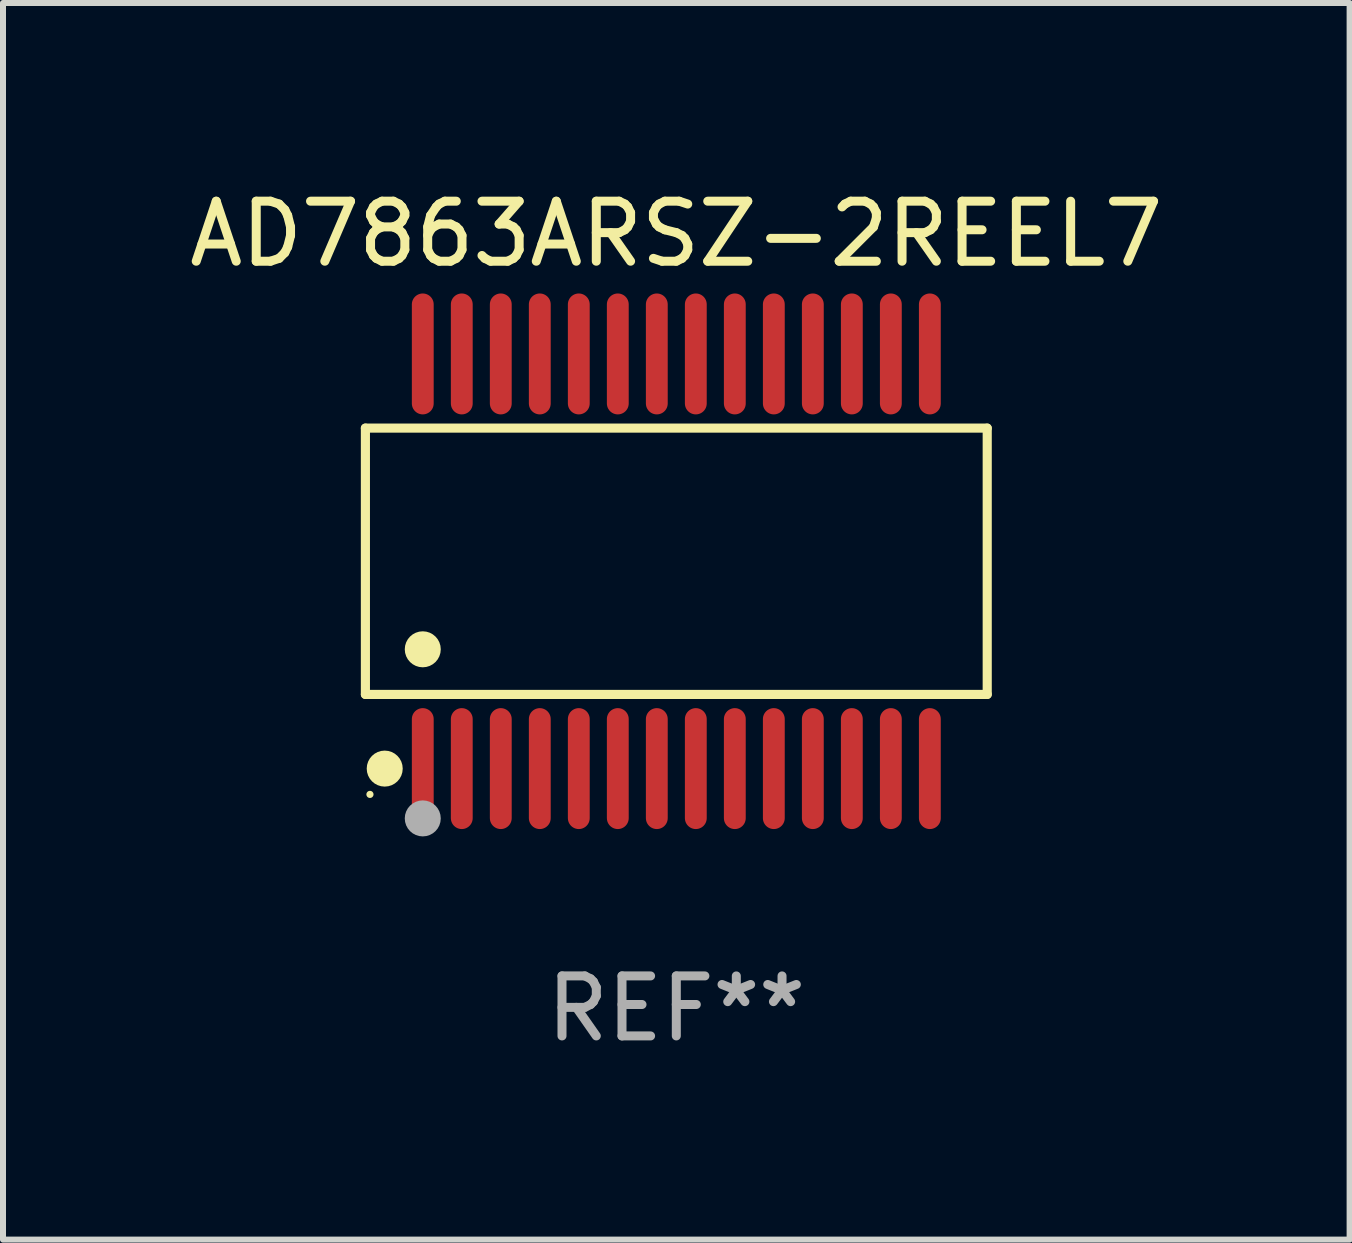
<source format=kicad_pcb>
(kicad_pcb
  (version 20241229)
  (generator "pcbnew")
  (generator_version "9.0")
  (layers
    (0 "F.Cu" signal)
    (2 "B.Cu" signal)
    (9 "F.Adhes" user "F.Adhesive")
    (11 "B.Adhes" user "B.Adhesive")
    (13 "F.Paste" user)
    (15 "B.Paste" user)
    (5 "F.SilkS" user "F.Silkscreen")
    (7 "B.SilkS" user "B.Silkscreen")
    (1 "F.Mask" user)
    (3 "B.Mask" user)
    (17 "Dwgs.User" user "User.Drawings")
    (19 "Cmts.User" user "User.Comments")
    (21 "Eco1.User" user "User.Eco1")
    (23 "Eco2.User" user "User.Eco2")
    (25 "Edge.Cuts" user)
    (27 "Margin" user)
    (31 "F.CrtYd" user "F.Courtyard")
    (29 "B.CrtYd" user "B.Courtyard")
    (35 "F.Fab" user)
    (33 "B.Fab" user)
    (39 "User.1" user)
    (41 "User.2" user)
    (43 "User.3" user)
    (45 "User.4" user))
  (footprint "AD7863ARSZ-2REEL7"
    (layer "F.Cu")
    (at 8.22 6.303)
    (property "Reference" "AD7863ARSZ-2REEL7" (at 0 -5.455 0) (layer "F.SilkS") (effects (font (size 1 1) (thickness 0.15))))
    (attr through_hole)
    (fp_line (start -5.181 -2.219) (end 5.181 -2.219) (stroke (width 0.152) (type solid)) (layer "F.SilkS"))
    (fp_line (start -5.181 2.219) (end -5.181 -2.219) (stroke (width 0.152) (type solid)) (layer "F.SilkS"))
    (fp_line (start 5.181 -2.219) (end 5.181 2.219) (stroke (width 0.152) (type solid)) (layer "F.SilkS"))
    (fp_line (start 5.181 2.219) (end -5.181 2.219) (stroke (width 0.152) (type solid)) (layer "F.SilkS"))
    (fp_circle (center -5.105 3.885) (end -5.075 3.885) (stroke (width 0.06) (type solid)) (fill no) (layer "F.SilkS"))
    (fp_circle (center -4.859 3.455) (end -4.709 3.455) (stroke (width 0.3) (type solid)) (fill no) (layer "F.SilkS"))
    (fp_circle (center -4.225 1.467) (end -4.075 1.467) (stroke (width 0.3) (type solid)) (fill no) (layer "F.SilkS"))
    (fp_circle (center -4.225 4.285) (end -4.075 4.285) (stroke (width 0.3) (type solid)) (fill no) (layer "F.Fab"))
    (fp_text user "REF**" (at 0 7.455 0) (layer "F.Fab") (effects (font (size 1 1) (thickness 0.15))))
    (pad "1" smd oval (at -4.225 3.455) (size 0.364 2.015) (layers "F.Cu" "F.Mask" "F.Paste"))
    (pad "2" smd oval (at -3.575 3.455) (size 0.364 2.015) (layers "F.Cu" "F.Mask" "F.Paste"))
    (pad "3" smd oval (at -2.925 3.455) (size 0.364 2.015) (layers "F.Cu" "F.Mask" "F.Paste"))
    (pad "4" smd oval (at -2.275 3.455) (size 0.364 2.015) (layers "F.Cu" "F.Mask" "F.Paste"))
    (pad "5" smd oval (at -1.625 3.455) (size 0.364 2.015) (layers "F.Cu" "F.Mask" "F.Paste"))
    (pad "6" smd oval (at -0.975 3.455) (size 0.364 2.015) (layers "F.Cu" "F.Mask" "F.Paste"))
    (pad "7" smd oval (at -0.325 3.455) (size 0.364 2.015) (layers "F.Cu" "F.Mask" "F.Paste"))
    (pad "8" smd oval (at 0.325 3.455) (size 0.364 2.015) (layers "F.Cu" "F.Mask" "F.Paste"))
    (pad "9" smd oval (at 0.975 3.455) (size 0.364 2.015) (layers "F.Cu" "F.Mask" "F.Paste"))
    (pad "10" smd oval (at 1.625 3.455) (size 0.364 2.015) (layers "F.Cu" "F.Mask" "F.Paste"))
    (pad "11" smd oval (at 2.275 3.455) (size 0.364 2.015) (layers "F.Cu" "F.Mask" "F.Paste"))
    (pad "12" smd oval (at 2.925 3.455) (size 0.364 2.015) (layers "F.Cu" "F.Mask" "F.Paste"))
    (pad "13" smd oval (at 3.575 3.455) (size 0.364 2.015) (layers "F.Cu" "F.Mask" "F.Paste"))
    (pad "14" smd oval (at 4.225 3.455) (size 0.364 2.015) (layers "F.Cu" "F.Mask" "F.Paste"))
    (pad "15" smd oval (at 4.225 -3.455) (size 0.364 2.015) (layers "F.Cu" "F.Mask" "F.Paste"))
    (pad "16" smd oval (at 3.575 -3.455) (size 0.364 2.015) (layers "F.Cu" "F.Mask" "F.Paste"))
    (pad "17" smd oval (at 2.925 -3.455) (size 0.364 2.015) (layers "F.Cu" "F.Mask" "F.Paste"))
    (pad "18" smd oval (at 2.275 -3.455) (size 0.364 2.015) (layers "F.Cu" "F.Mask" "F.Paste"))
    (pad "19" smd oval (at 1.625 -3.455) (size 0.364 2.015) (layers "F.Cu" "F.Mask" "F.Paste"))
    (pad "20" smd oval (at 0.975 -3.455) (size 0.364 2.015) (layers "F.Cu" "F.Mask" "F.Paste"))
    (pad "21" smd oval (at 0.325 -3.455) (size 0.364 2.015) (layers "F.Cu" "F.Mask" "F.Paste"))
    (pad "22" smd oval (at -0.325 -3.455) (size 0.364 2.015) (layers "F.Cu" "F.Mask" "F.Paste"))
    (pad "23" smd oval (at -0.975 -3.455) (size 0.364 2.015) (layers "F.Cu" "F.Mask" "F.Paste"))
    (pad "24" smd oval (at -1.625 -3.455) (size 0.364 2.015) (layers "F.Cu" "F.Mask" "F.Paste"))
    (pad "25" smd oval (at -2.275 -3.455) (size 0.364 2.015) (layers "F.Cu" "F.Mask" "F.Paste"))
    (pad "26" smd oval (at -2.925 -3.455) (size 0.364 2.015) (layers "F.Cu" "F.Mask" "F.Paste"))
    (pad "27" smd oval (at -3.575 -3.455) (size 0.364 2.015) (layers "F.Cu" "F.Mask" "F.Paste"))
    (pad "28" smd oval (at -4.225 -3.455) (size 0.364 2.015) (layers "F.Cu" "F.Mask" "F.Paste")))
  (gr_rect
    (start -3 -3)
    (end 19.44 17.607)
    (stroke (width 0.1) (type default))
    (fill no)
    (layer "Edge.Cuts")))
</source>
